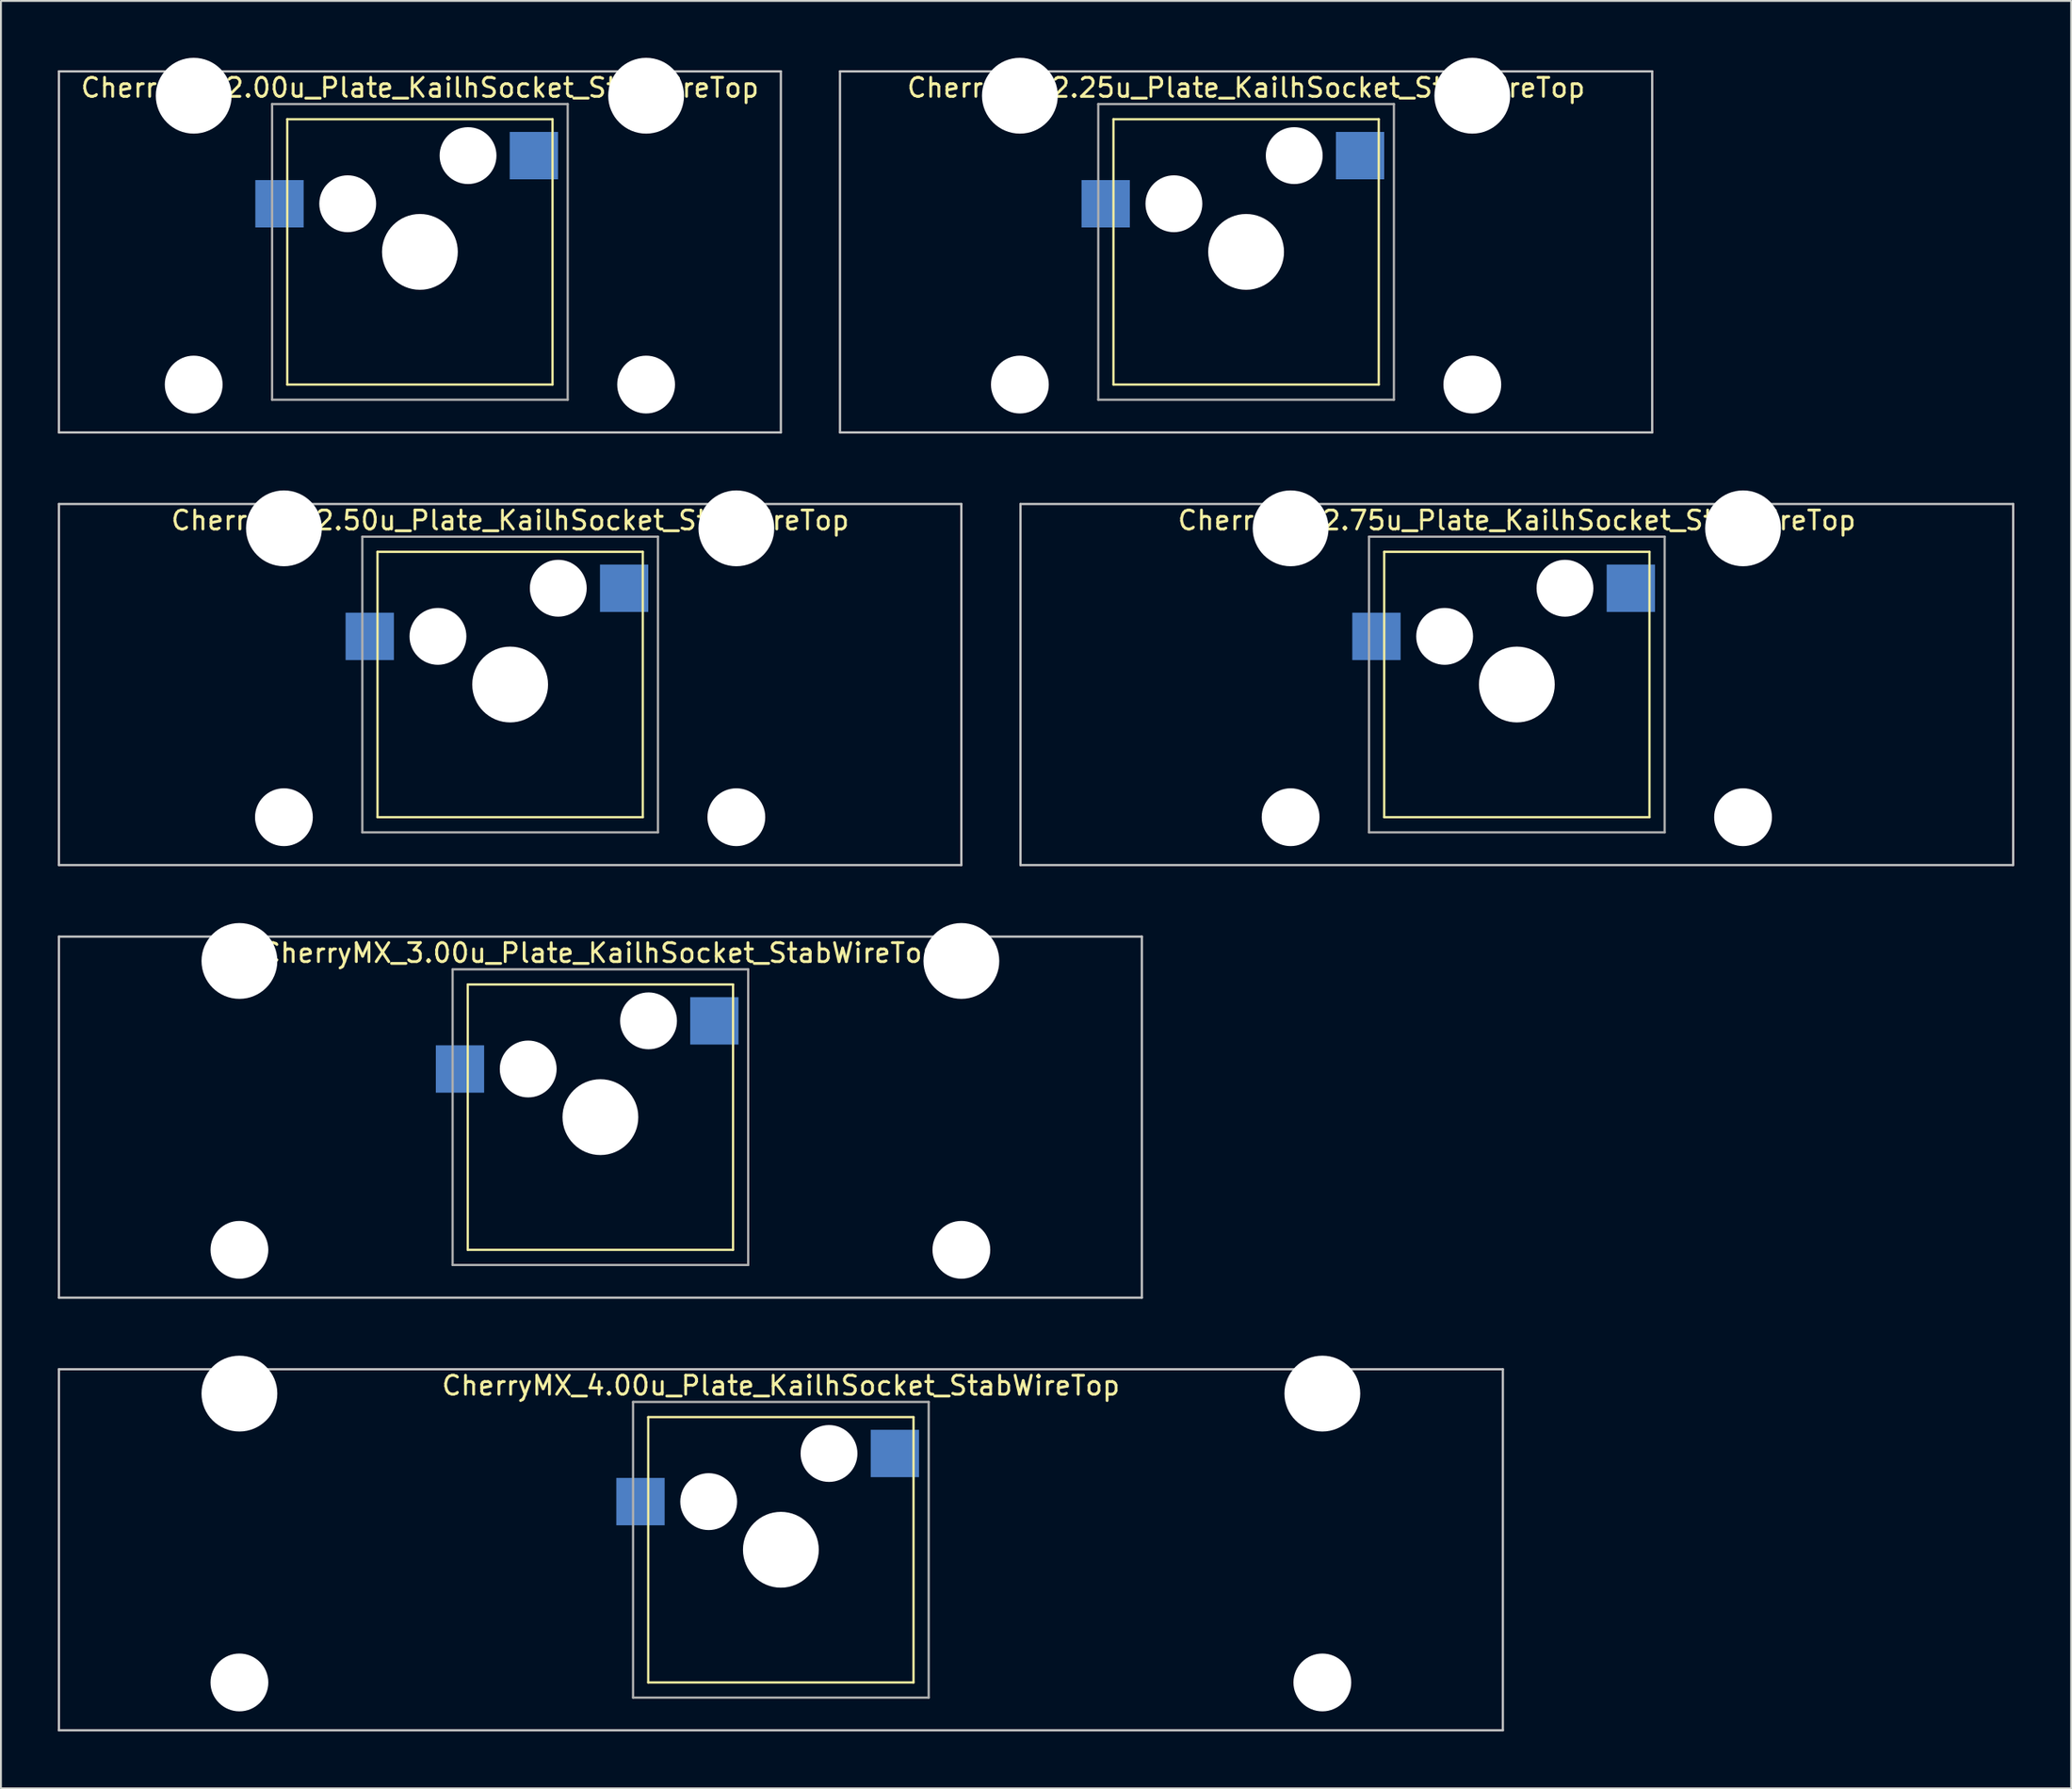
<source format=kicad_pcb>
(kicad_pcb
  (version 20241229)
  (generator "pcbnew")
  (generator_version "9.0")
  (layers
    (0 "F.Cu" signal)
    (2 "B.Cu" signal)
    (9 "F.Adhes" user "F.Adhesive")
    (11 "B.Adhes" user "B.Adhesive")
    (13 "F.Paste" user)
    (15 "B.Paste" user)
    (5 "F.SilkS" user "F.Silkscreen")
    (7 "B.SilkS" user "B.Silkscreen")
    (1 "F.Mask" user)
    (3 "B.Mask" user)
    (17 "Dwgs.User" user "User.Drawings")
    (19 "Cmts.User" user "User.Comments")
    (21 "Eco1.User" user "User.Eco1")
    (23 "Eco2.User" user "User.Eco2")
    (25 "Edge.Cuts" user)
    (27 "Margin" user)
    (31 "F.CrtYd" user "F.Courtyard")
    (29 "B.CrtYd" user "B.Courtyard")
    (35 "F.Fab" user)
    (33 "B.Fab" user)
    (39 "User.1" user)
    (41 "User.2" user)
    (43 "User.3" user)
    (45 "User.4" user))
  (footprint "CherryMX_2.75u_Plate_KailhSocket_StabWireTop"
    (layer "F.Cu")
    (at 76.999 33.065)
    (property "Reference" "CherryMX_2.75u_Plate_KailhSocket_StabWireTop" (at 0 -8.662 0) (layer "F.SilkS") (effects (font (size 1 1) (thickness 0.15))))
    (attr through_hole)
    (fp_line (start -7 -7) (end -7 7) (stroke (width 0.12) (type solid)) (layer "F.SilkS"))
    (fp_line (start -7 -7) (end 7 -7) (stroke (width 0.12) (type solid)) (layer "F.SilkS"))
    (fp_line (start 7 -7) (end 7 7) (stroke (width 0.12) (type solid)) (layer "F.SilkS"))
    (fp_line (start 7 7) (end -7 7) (stroke (width 0.12) (type solid)) (layer "F.SilkS"))
    (fp_line (start -26.194 -9.525) (end 26.194 -9.525) (stroke (width 0.12) (type solid)) (layer "Dwgs.User"))
    (fp_line (start -26.194 9.525) (end -26.194 -9.525) (stroke (width 0.12) (type solid)) (layer "Dwgs.User"))
    (fp_line (start 26.194 -9.525) (end 26.194 9.525) (stroke (width 0.12) (type solid)) (layer "Dwgs.User"))
    (fp_line (start 26.194 9.525) (end -26.194 9.525) (stroke (width 0.12) (type solid)) (layer "Dwgs.User"))
    (fp_line (start -7.8 -7.8) (end -7.8 7.8) (stroke (width 0.12) (type solid)) (layer "F.Fab"))
    (fp_line (start -7.8 -7.8) (end 7.8 -7.8) (stroke (width 0.12) (type solid)) (layer "F.Fab"))
    (fp_line (start -7.8 7.8) (end 7.8 7.8) (stroke (width 0.12) (type solid)) (layer "F.Fab"))
    (fp_line (start 7.8 -7.8) (end 7.8 7.8) (stroke (width 0.12) (type solid)) (layer "F.Fab"))
    (pad "" np_thru_hole circle (at -11.938 -8.24) (size 4 4) (drill 4) (layers "*.Cu" "*.Mask"))
    (pad "" np_thru_hole circle (at -11.938 7) (size 3.05 3.05) (drill 3.05) (layers "*.Cu" "*.Mask"))
    (pad "" np_thru_hole circle (at -3.81 -2.54) (size 3 3) (drill 3) (layers "*.Cu" "*.Mask"))
    (pad "" np_thru_hole circle (at 0 0) (size 4 4) (drill 4) (layers "*.Cu" "*.Mask"))
    (pad "" np_thru_hole circle (at 2.54 -5.08) (size 3 3) (drill 3) (layers "*.Cu" "*.Mask"))
    (pad "" np_thru_hole circle (at 11.938 -8.24) (size 4 4) (drill 4) (layers "*.Cu" "*.Mask"))
    (pad "" np_thru_hole circle (at 11.938 7) (size 3.05 3.05) (drill 3.05) (layers "*.Cu" "*.Mask"))
    (pad "1" smd rect (at -7.41 -2.54) (size 2.55 2.5) (layers "B.Cu" "B.Mask" "B.Paste"))
    (pad "2" smd rect (at 6.015 -5.08) (size 2.55 2.5) (layers "B.Cu" "B.Mask" "B.Paste")))
  (footprint "CherryMX_4.00u_Plate_KailhSocket_StabWireTop"
    (layer "F.Cu")
    (at 38.16 78.715)
    (property "Reference" "CherryMX_4.00u_Plate_KailhSocket_StabWireTop" (at 0 -8.662 0) (layer "F.SilkS") (effects (font (size 1 1) (thickness 0.15))))
    (attr through_hole)
    (fp_line (start -7 -7) (end -7 7) (stroke (width 0.12) (type solid)) (layer "F.SilkS"))
    (fp_line (start -7 -7) (end 7 -7) (stroke (width 0.12) (type solid)) (layer "F.SilkS"))
    (fp_line (start 7 -7) (end 7 7) (stroke (width 0.12) (type solid)) (layer "F.SilkS"))
    (fp_line (start 7 7) (end -7 7) (stroke (width 0.12) (type solid)) (layer "F.SilkS"))
    (fp_line (start -38.1 -9.525) (end 38.1 -9.525) (stroke (width 0.12) (type solid)) (layer "Dwgs.User"))
    (fp_line (start -38.1 9.525) (end -38.1 -9.525) (stroke (width 0.12) (type solid)) (layer "Dwgs.User"))
    (fp_line (start 38.1 -9.525) (end 38.1 9.525) (stroke (width 0.12) (type solid)) (layer "Dwgs.User"))
    (fp_line (start 38.1 9.525) (end -38.1 9.525) (stroke (width 0.12) (type solid)) (layer "Dwgs.User"))
    (fp_line (start -7.8 -7.8) (end -7.8 7.8) (stroke (width 0.12) (type solid)) (layer "F.Fab"))
    (fp_line (start -7.8 -7.8) (end 7.8 -7.8) (stroke (width 0.12) (type solid)) (layer "F.Fab"))
    (fp_line (start -7.8 7.8) (end 7.8 7.8) (stroke (width 0.12) (type solid)) (layer "F.Fab"))
    (fp_line (start 7.8 -7.8) (end 7.8 7.8) (stroke (width 0.12) (type solid)) (layer "F.Fab"))
    (pad "" np_thru_hole circle (at -28.575 -8.24) (size 4 4) (drill 4) (layers "*.Cu" "*.Mask"))
    (pad "" np_thru_hole circle (at -28.575 7) (size 3.05 3.05) (drill 3.05) (layers "*.Cu" "*.Mask"))
    (pad "" np_thru_hole circle (at -3.81 -2.54) (size 3 3) (drill 3) (layers "*.Cu" "*.Mask"))
    (pad "" np_thru_hole circle (at 0 0) (size 4 4) (drill 4) (layers "*.Cu" "*.Mask"))
    (pad "" np_thru_hole circle (at 2.54 -5.08) (size 3 3) (drill 3) (layers "*.Cu" "*.Mask"))
    (pad "" np_thru_hole circle (at 28.575 -8.24) (size 4 4) (drill 4) (layers "*.Cu" "*.Mask"))
    (pad "" np_thru_hole circle (at 28.575 7) (size 3.05 3.05) (drill 3.05) (layers "*.Cu" "*.Mask"))
    (pad "1" smd rect (at -7.41 -2.54) (size 2.55 2.5) (layers "B.Cu" "B.Mask" "B.Paste"))
    (pad "2" smd rect (at 6.015 -5.08) (size 2.55 2.5) (layers "B.Cu" "B.Mask" "B.Paste")))
  (footprint "CherryMX_2.25u_Plate_KailhSocket_StabWireTop"
    (layer "F.Cu")
    (at 62.711 10.24)
    (property "Reference" "CherryMX_2.25u_Plate_KailhSocket_StabWireTop" (at 0 -8.662 0) (layer "F.SilkS") (effects (font (size 1 1) (thickness 0.15))))
    (attr through_hole)
    (fp_line (start -7 -7) (end -7 7) (stroke (width 0.12) (type solid)) (layer "F.SilkS"))
    (fp_line (start -7 -7) (end 7 -7) (stroke (width 0.12) (type solid)) (layer "F.SilkS"))
    (fp_line (start 7 -7) (end 7 7) (stroke (width 0.12) (type solid)) (layer "F.SilkS"))
    (fp_line (start 7 7) (end -7 7) (stroke (width 0.12) (type solid)) (layer "F.SilkS"))
    (fp_line (start -21.431 -9.525) (end 21.431 -9.525) (stroke (width 0.12) (type solid)) (layer "Dwgs.User"))
    (fp_line (start -21.431 9.525) (end -21.431 -9.525) (stroke (width 0.12) (type solid)) (layer "Dwgs.User"))
    (fp_line (start 21.431 -9.525) (end 21.431 9.525) (stroke (width 0.12) (type solid)) (layer "Dwgs.User"))
    (fp_line (start 21.431 9.525) (end -21.431 9.525) (stroke (width 0.12) (type solid)) (layer "Dwgs.User"))
    (fp_line (start -7.8 -7.8) (end -7.8 7.8) (stroke (width 0.12) (type solid)) (layer "F.Fab"))
    (fp_line (start -7.8 -7.8) (end 7.8 -7.8) (stroke (width 0.12) (type solid)) (layer "F.Fab"))
    (fp_line (start -7.8 7.8) (end 7.8 7.8) (stroke (width 0.12) (type solid)) (layer "F.Fab"))
    (fp_line (start 7.8 -7.8) (end 7.8 7.8) (stroke (width 0.12) (type solid)) (layer "F.Fab"))
    (pad "" np_thru_hole circle (at -11.938 -8.24) (size 4 4) (drill 4) (layers "*.Cu" "*.Mask"))
    (pad "" np_thru_hole circle (at -11.938 7) (size 3.05 3.05) (drill 3.05) (layers "*.Cu" "*.Mask"))
    (pad "" np_thru_hole circle (at -3.81 -2.54) (size 3 3) (drill 3) (layers "*.Cu" "*.Mask"))
    (pad "" np_thru_hole circle (at 0 0) (size 4 4) (drill 4) (layers "*.Cu" "*.Mask"))
    (pad "" np_thru_hole circle (at 2.54 -5.08) (size 3 3) (drill 3) (layers "*.Cu" "*.Mask"))
    (pad "" np_thru_hole circle (at 11.938 -8.24) (size 4 4) (drill 4) (layers "*.Cu" "*.Mask"))
    (pad "" np_thru_hole circle (at 11.938 7) (size 3.05 3.05) (drill 3.05) (layers "*.Cu" "*.Mask"))
    (pad "1" smd rect (at -7.41 -2.54) (size 2.55 2.5) (layers "B.Cu" "B.Mask" "B.Paste"))
    (pad "2" smd rect (at 6.015 -5.08) (size 2.55 2.5) (layers "B.Cu" "B.Mask" "B.Paste")))
  (footprint "CherryMX_2.00u_Plate_KailhSocket_StabWireTop"
    (layer "F.Cu")
    (at 19.11 10.24)
    (property "Reference" "CherryMX_2.00u_Plate_KailhSocket_StabWireTop" (at 0 -8.662 0) (layer "F.SilkS") (effects (font (size 1 1) (thickness 0.15))))
    (attr through_hole)
    (fp_line (start -7 -7) (end -7 7) (stroke (width 0.12) (type solid)) (layer "F.SilkS"))
    (fp_line (start -7 -7) (end 7 -7) (stroke (width 0.12) (type solid)) (layer "F.SilkS"))
    (fp_line (start 7 -7) (end 7 7) (stroke (width 0.12) (type solid)) (layer "F.SilkS"))
    (fp_line (start 7 7) (end -7 7) (stroke (width 0.12) (type solid)) (layer "F.SilkS"))
    (fp_line (start -19.05 -9.525) (end 19.05 -9.525) (stroke (width 0.12) (type solid)) (layer "Dwgs.User"))
    (fp_line (start -19.05 9.525) (end -19.05 -9.525) (stroke (width 0.12) (type solid)) (layer "Dwgs.User"))
    (fp_line (start 19.05 -9.525) (end 19.05 9.525) (stroke (width 0.12) (type solid)) (layer "Dwgs.User"))
    (fp_line (start 19.05 9.525) (end -19.05 9.525) (stroke (width 0.12) (type solid)) (layer "Dwgs.User"))
    (fp_line (start -7.8 -7.8) (end -7.8 7.8) (stroke (width 0.12) (type solid)) (layer "F.Fab"))
    (fp_line (start -7.8 -7.8) (end 7.8 -7.8) (stroke (width 0.12) (type solid)) (layer "F.Fab"))
    (fp_line (start -7.8 7.8) (end 7.8 7.8) (stroke (width 0.12) (type solid)) (layer "F.Fab"))
    (fp_line (start 7.8 -7.8) (end 7.8 7.8) (stroke (width 0.12) (type solid)) (layer "F.Fab"))
    (pad "" np_thru_hole circle (at -11.938 -8.24) (size 4 4) (drill 4) (layers "*.Cu" "*.Mask"))
    (pad "" np_thru_hole circle (at -11.938 7) (size 3.05 3.05) (drill 3.05) (layers "*.Cu" "*.Mask"))
    (pad "" np_thru_hole circle (at -3.81 -2.54) (size 3 3) (drill 3) (layers "*.Cu" "*.Mask"))
    (pad "" np_thru_hole circle (at 0 0) (size 4 4) (drill 4) (layers "*.Cu" "*.Mask"))
    (pad "" np_thru_hole circle (at 2.54 -5.08) (size 3 3) (drill 3) (layers "*.Cu" "*.Mask"))
    (pad "" np_thru_hole circle (at 11.938 -8.24) (size 4 4) (drill 4) (layers "*.Cu" "*.Mask"))
    (pad "" np_thru_hole circle (at 11.938 7) (size 3.05 3.05) (drill 3.05) (layers "*.Cu" "*.Mask"))
    (pad "1" smd rect (at -7.41 -2.54) (size 2.55 2.5) (layers "B.Cu" "B.Mask" "B.Paste"))
    (pad "2" smd rect (at 6.015 -5.08) (size 2.55 2.5) (layers "B.Cu" "B.Mask" "B.Paste")))
  (footprint "CherryMX_3.00u_Plate_KailhSocket_StabWireTop"
    (layer "F.Cu")
    (at 28.635 55.89)
    (property "Reference" "CherryMX_3.00u_Plate_KailhSocket_StabWireTop" (at 0 -8.662 0) (layer "F.SilkS") (effects (font (size 1 1) (thickness 0.15))))
    (attr through_hole)
    (fp_line (start -7 -7) (end -7 7) (stroke (width 0.12) (type solid)) (layer "F.SilkS"))
    (fp_line (start -7 -7) (end 7 -7) (stroke (width 0.12) (type solid)) (layer "F.SilkS"))
    (fp_line (start 7 -7) (end 7 7) (stroke (width 0.12) (type solid)) (layer "F.SilkS"))
    (fp_line (start 7 7) (end -7 7) (stroke (width 0.12) (type solid)) (layer "F.SilkS"))
    (fp_line (start -28.575 -9.525) (end 28.575 -9.525) (stroke (width 0.12) (type solid)) (layer "Dwgs.User"))
    (fp_line (start -28.575 9.525) (end -28.575 -9.525) (stroke (width 0.12) (type solid)) (layer "Dwgs.User"))
    (fp_line (start 28.575 -9.525) (end 28.575 9.525) (stroke (width 0.12) (type solid)) (layer "Dwgs.User"))
    (fp_line (start 28.575 9.525) (end -28.575 9.525) (stroke (width 0.12) (type solid)) (layer "Dwgs.User"))
    (fp_line (start -7.8 -7.8) (end -7.8 7.8) (stroke (width 0.12) (type solid)) (layer "F.Fab"))
    (fp_line (start -7.8 -7.8) (end 7.8 -7.8) (stroke (width 0.12) (type solid)) (layer "F.Fab"))
    (fp_line (start -7.8 7.8) (end 7.8 7.8) (stroke (width 0.12) (type solid)) (layer "F.Fab"))
    (fp_line (start 7.8 -7.8) (end 7.8 7.8) (stroke (width 0.12) (type solid)) (layer "F.Fab"))
    (pad "" np_thru_hole circle (at -19.05 -8.24) (size 4 4) (drill 4) (layers "*.Cu" "*.Mask"))
    (pad "" np_thru_hole circle (at -19.05 7) (size 3.05 3.05) (drill 3.05) (layers "*.Cu" "*.Mask"))
    (pad "" np_thru_hole circle (at -3.81 -2.54) (size 3 3) (drill 3) (layers "*.Cu" "*.Mask"))
    (pad "" np_thru_hole circle (at 0 0) (size 4 4) (drill 4) (layers "*.Cu" "*.Mask"))
    (pad "" np_thru_hole circle (at 2.54 -5.08) (size 3 3) (drill 3) (layers "*.Cu" "*.Mask"))
    (pad "" np_thru_hole circle (at 19.05 -8.24) (size 4 4) (drill 4) (layers "*.Cu" "*.Mask"))
    (pad "" np_thru_hole circle (at 19.05 7) (size 3.05 3.05) (drill 3.05) (layers "*.Cu" "*.Mask"))
    (pad "1" smd rect (at -7.41 -2.54) (size 2.55 2.5) (layers "B.Cu" "B.Mask" "B.Paste"))
    (pad "2" smd rect (at 6.015 -5.08) (size 2.55 2.5) (layers "B.Cu" "B.Mask" "B.Paste")))
  (footprint "CherryMX_2.50u_Plate_KailhSocket_StabWireTop"
    (layer "F.Cu")
    (at 23.872 33.065)
    (property "Reference" "CherryMX_2.50u_Plate_KailhSocket_StabWireTop" (at 0 -8.662 0) (layer "F.SilkS") (effects (font (size 1 1) (thickness 0.15))))
    (attr through_hole)
    (fp_line (start -7 -7) (end -7 7) (stroke (width 0.12) (type solid)) (layer "F.SilkS"))
    (fp_line (start -7 -7) (end 7 -7) (stroke (width 0.12) (type solid)) (layer "F.SilkS"))
    (fp_line (start 7 -7) (end 7 7) (stroke (width 0.12) (type solid)) (layer "F.SilkS"))
    (fp_line (start 7 7) (end -7 7) (stroke (width 0.12) (type solid)) (layer "F.SilkS"))
    (fp_line (start -23.812 -9.525) (end 23.812 -9.525) (stroke (width 0.12) (type solid)) (layer "Dwgs.User"))
    (fp_line (start -23.812 9.525) (end -23.812 -9.525) (stroke (width 0.12) (type solid)) (layer "Dwgs.User"))
    (fp_line (start 23.812 -9.525) (end 23.812 9.525) (stroke (width 0.12) (type solid)) (layer "Dwgs.User"))
    (fp_line (start 23.812 9.525) (end -23.812 9.525) (stroke (width 0.12) (type solid)) (layer "Dwgs.User"))
    (fp_line (start -7.8 -7.8) (end -7.8 7.8) (stroke (width 0.12) (type solid)) (layer "F.Fab"))
    (fp_line (start -7.8 -7.8) (end 7.8 -7.8) (stroke (width 0.12) (type solid)) (layer "F.Fab"))
    (fp_line (start -7.8 7.8) (end 7.8 7.8) (stroke (width 0.12) (type solid)) (layer "F.Fab"))
    (fp_line (start 7.8 -7.8) (end 7.8 7.8) (stroke (width 0.12) (type solid)) (layer "F.Fab"))
    (pad "" np_thru_hole circle (at -11.938 -8.24) (size 4 4) (drill 4) (layers "*.Cu" "*.Mask"))
    (pad "" np_thru_hole circle (at -11.938 7) (size 3.05 3.05) (drill 3.05) (layers "*.Cu" "*.Mask"))
    (pad "" np_thru_hole circle (at -3.81 -2.54) (size 3 3) (drill 3) (layers "*.Cu" "*.Mask"))
    (pad "" np_thru_hole circle (at 0 0) (size 4 4) (drill 4) (layers "*.Cu" "*.Mask"))
    (pad "" np_thru_hole circle (at 2.54 -5.08) (size 3 3) (drill 3) (layers "*.Cu" "*.Mask"))
    (pad "" np_thru_hole circle (at 11.938 -8.24) (size 4 4) (drill 4) (layers "*.Cu" "*.Mask"))
    (pad "" np_thru_hole circle (at 11.938 7) (size 3.05 3.05) (drill 3.05) (layers "*.Cu" "*.Mask"))
    (pad "1" smd rect (at -7.41 -2.54) (size 2.55 2.5) (layers "B.Cu" "B.Mask" "B.Paste"))
    (pad "2" smd rect (at 6.015 -5.08) (size 2.55 2.5) (layers "B.Cu" "B.Mask" "B.Paste")))
  (gr_rect
    (start -3 -3)
    (end 106.252 91.3)
    (stroke (width 0.1) (type default))
    (fill no)
    (layer "Edge.Cuts")))
</source>
